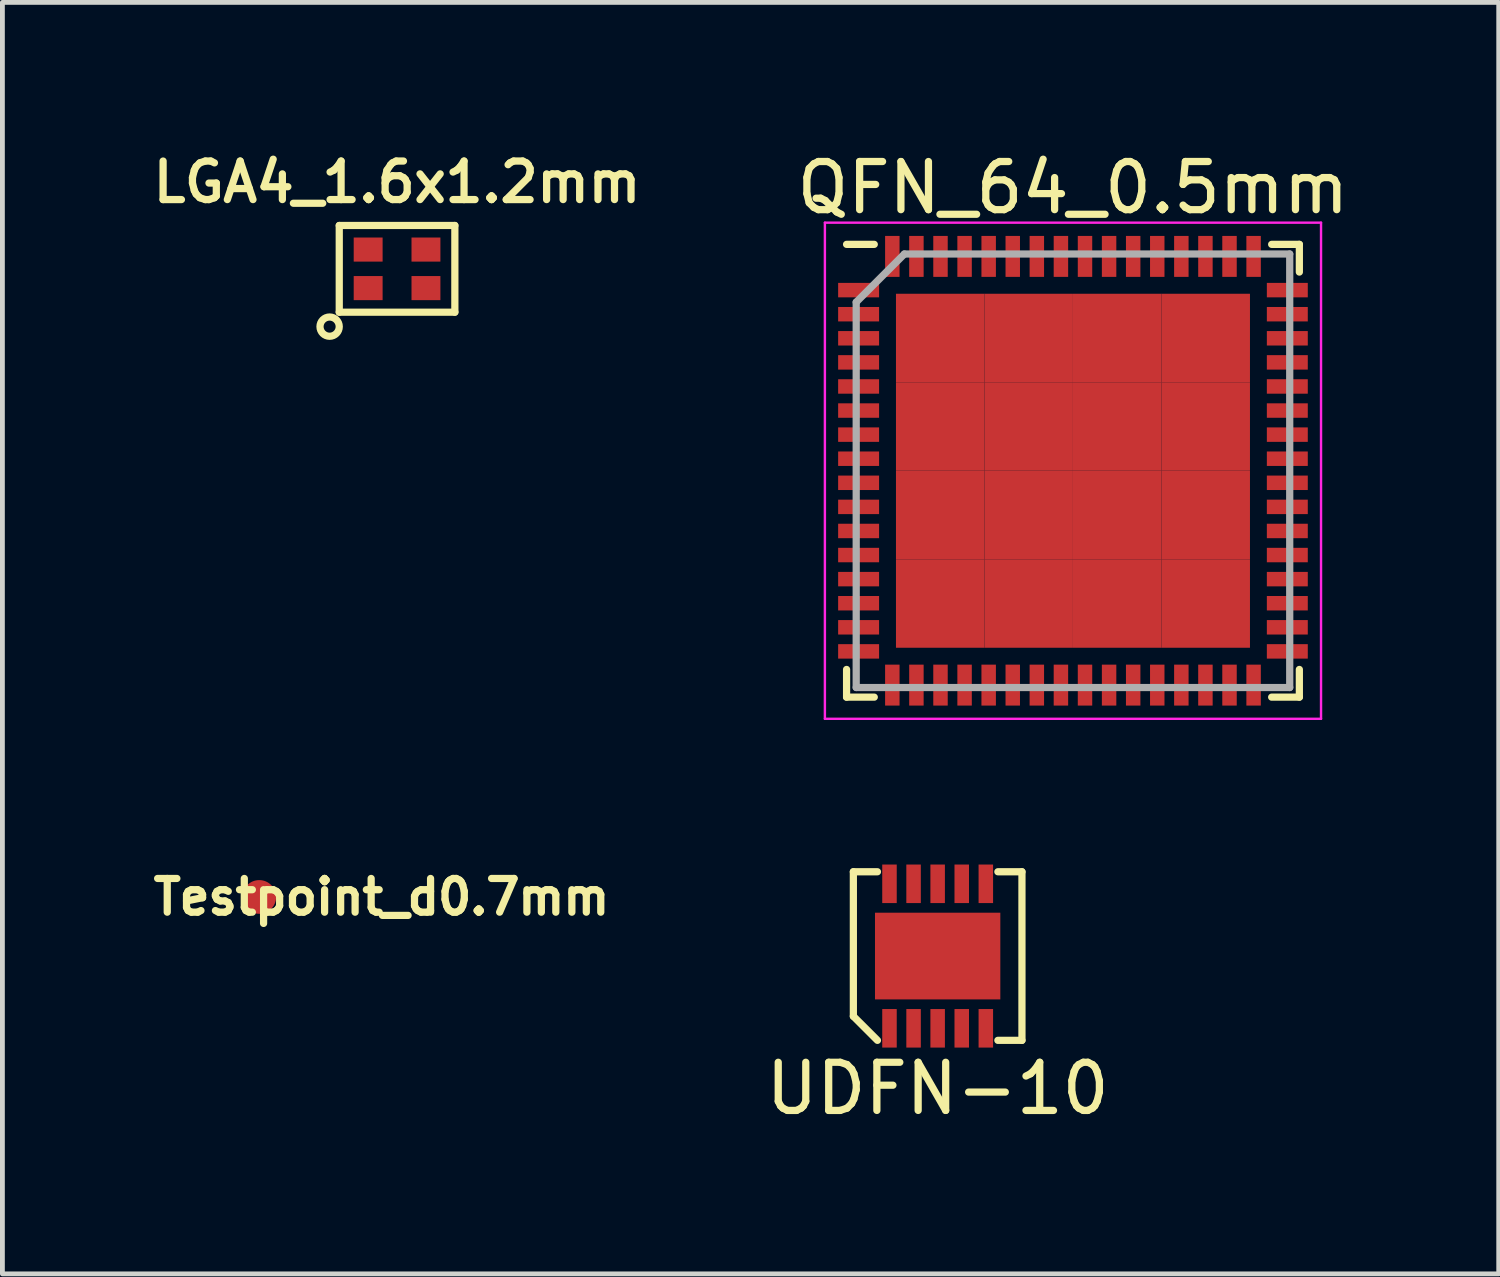
<source format=kicad_pcb>
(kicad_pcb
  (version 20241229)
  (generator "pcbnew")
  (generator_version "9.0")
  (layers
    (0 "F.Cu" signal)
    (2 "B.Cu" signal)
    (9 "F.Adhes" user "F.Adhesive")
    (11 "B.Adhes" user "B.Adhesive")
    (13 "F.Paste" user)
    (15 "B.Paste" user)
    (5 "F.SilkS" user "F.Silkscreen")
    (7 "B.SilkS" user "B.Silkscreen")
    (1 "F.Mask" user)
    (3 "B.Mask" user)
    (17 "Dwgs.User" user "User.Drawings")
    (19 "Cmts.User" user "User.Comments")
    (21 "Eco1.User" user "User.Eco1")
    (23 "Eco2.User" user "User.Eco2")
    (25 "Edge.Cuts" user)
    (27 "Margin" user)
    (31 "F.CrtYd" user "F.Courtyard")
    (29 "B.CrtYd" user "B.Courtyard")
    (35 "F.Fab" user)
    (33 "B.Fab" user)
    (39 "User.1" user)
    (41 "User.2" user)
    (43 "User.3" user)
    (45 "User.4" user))
  (footprint "QFN_64_0.5mm"
    (layer "F.Cu")
    (at 19.225 6.723)
    (property "Reference" "QFN_64_0.5mm" (at 0 -5.875 0) (layer "F.SilkS") (effects (font (size 1 1) (thickness 0.15))))
    (attr smd)
    (fp_line (start -4.7 -4.7) (end -4.125 -4.7) (stroke (width 0.15) (type solid)) (layer "F.SilkS"))
    (fp_line (start -4.7 4.7) (end -4.7 4.125) (stroke (width 0.15) (type solid)) (layer "F.SilkS"))
    (fp_line (start -4.7 4.7) (end -4.125 4.7) (stroke (width 0.15) (type solid)) (layer "F.SilkS"))
    (fp_line (start 4.7 -4.7) (end 4.125 -4.7) (stroke (width 0.15) (type solid)) (layer "F.SilkS"))
    (fp_line (start 4.7 -4.7) (end 4.7 -4.125) (stroke (width 0.15) (type solid)) (layer "F.SilkS"))
    (fp_line (start 4.7 4.7) (end 4.125 4.7) (stroke (width 0.15) (type solid)) (layer "F.SilkS"))
    (fp_line (start 4.7 4.7) (end 4.7 4.125) (stroke (width 0.15) (type solid)) (layer "F.SilkS"))
    (fp_line (start -5.15 -5.15) (end -5.15 5.15) (stroke (width 0.05) (type solid)) (layer "F.CrtYd"))
    (fp_line (start -5.15 -5.15) (end 5.15 -5.15) (stroke (width 0.05) (type solid)) (layer "F.CrtYd"))
    (fp_line (start -5.15 5.15) (end 5.15 5.15) (stroke (width 0.05) (type solid)) (layer "F.CrtYd"))
    (fp_line (start 5.15 -5.15) (end 5.15 5.15) (stroke (width 0.05) (type solid)) (layer "F.CrtYd"))
    (fp_line (start -4.5 -3.5) (end -3.5 -4.5) (stroke (width 0.15) (type solid)) (layer "F.Fab"))
    (fp_line (start -4.5 4.5) (end -4.5 -3.5) (stroke (width 0.15) (type solid)) (layer "F.Fab"))
    (fp_line (start -3.5 -4.5) (end 4.5 -4.5) (stroke (width 0.15) (type solid)) (layer "F.Fab"))
    (fp_line (start 4.5 -4.5) (end 4.5 4.5) (stroke (width 0.15) (type solid)) (layer "F.Fab"))
    (fp_line (start 4.5 4.5) (end -4.5 4.5) (stroke (width 0.15) (type solid)) (layer "F.Fab"))
    (pad "1" smd rect (at -4.45 -3.75) (size 0.85 0.3) (layers "F.Cu" "F.Mask" "F.Paste"))
    (pad "2" smd rect (at -4.45 -3.25) (size 0.85 0.3) (layers "F.Cu" "F.Mask" "F.Paste"))
    (pad "3" smd rect (at -4.45 -2.75) (size 0.85 0.3) (layers "F.Cu" "F.Mask" "F.Paste"))
    (pad "4" smd rect (at -4.45 -2.25) (size 0.85 0.3) (layers "F.Cu" "F.Mask" "F.Paste"))
    (pad "5" smd rect (at -4.45 -1.75) (size 0.85 0.3) (layers "F.Cu" "F.Mask" "F.Paste"))
    (pad "6" smd rect (at -4.45 -1.25) (size 0.85 0.3) (layers "F.Cu" "F.Mask" "F.Paste"))
    (pad "7" smd rect (at -4.45 -0.75) (size 0.85 0.3) (layers "F.Cu" "F.Mask" "F.Paste"))
    (pad "8" smd rect (at -4.45 -0.25) (size 0.85 0.3) (layers "F.Cu" "F.Mask" "F.Paste"))
    (pad "9" smd rect (at -4.45 0.25) (size 0.85 0.3) (layers "F.Cu" "F.Mask" "F.Paste"))
    (pad "10" smd rect (at -4.45 0.75) (size 0.85 0.3) (layers "F.Cu" "F.Mask" "F.Paste"))
    (pad "11" smd rect (at -4.45 1.25) (size 0.85 0.3) (layers "F.Cu" "F.Mask" "F.Paste"))
    (pad "12" smd rect (at -4.45 1.75) (size 0.85 0.3) (layers "F.Cu" "F.Mask" "F.Paste"))
    (pad "13" smd rect (at -4.45 2.25) (size 0.85 0.3) (layers "F.Cu" "F.Mask" "F.Paste"))
    (pad "14" smd rect (at -4.45 2.75) (size 0.85 0.3) (layers "F.Cu" "F.Mask" "F.Paste"))
    (pad "15" smd rect (at -4.45 3.25) (size 0.85 0.3) (layers "F.Cu" "F.Mask" "F.Paste"))
    (pad "16" smd rect (at -4.45 3.75) (size 0.85 0.3) (layers "F.Cu" "F.Mask" "F.Paste"))
    (pad "17" smd rect (at -3.75 4.45 90) (size 0.85 0.3) (layers "F.Cu" "F.Mask" "F.Paste"))
    (pad "18" smd rect (at -3.25 4.45 90) (size 0.85 0.3) (layers "F.Cu" "F.Mask" "F.Paste"))
    (pad "19" smd rect (at -2.75 4.45 90) (size 0.85 0.3) (layers "F.Cu" "F.Mask" "F.Paste"))
    (pad "20" smd rect (at -2.25 4.45 90) (size 0.85 0.3) (layers "F.Cu" "F.Mask" "F.Paste"))
    (pad "21" smd rect (at -1.75 4.45 90) (size 0.85 0.3) (layers "F.Cu" "F.Mask" "F.Paste"))
    (pad "22" smd rect (at -1.25 4.45 90) (size 0.85 0.3) (layers "F.Cu" "F.Mask" "F.Paste"))
    (pad "23" smd rect (at -0.75 4.45 90) (size 0.85 0.3) (layers "F.Cu" "F.Mask" "F.Paste"))
    (pad "24" smd rect (at -0.25 4.45 90) (size 0.85 0.3) (layers "F.Cu" "F.Mask" "F.Paste"))
    (pad "25" smd rect (at 0.25 4.45 90) (size 0.85 0.3) (layers "F.Cu" "F.Mask" "F.Paste"))
    (pad "26" smd rect (at 0.75 4.45 90) (size 0.85 0.3) (layers "F.Cu" "F.Mask" "F.Paste"))
    (pad "27" smd rect (at 1.25 4.45 90) (size 0.85 0.3) (layers "F.Cu" "F.Mask" "F.Paste"))
    (pad "28" smd rect (at 1.75 4.45 90) (size 0.85 0.3) (layers "F.Cu" "F.Mask" "F.Paste"))
    (pad "29" smd rect (at 2.25 4.45 90) (size 0.85 0.3) (layers "F.Cu" "F.Mask" "F.Paste"))
    (pad "30" smd rect (at 2.75 4.45 90) (size 0.85 0.3) (layers "F.Cu" "F.Mask" "F.Paste"))
    (pad "31" smd rect (at 3.25 4.45 90) (size 0.85 0.3) (layers "F.Cu" "F.Mask" "F.Paste"))
    (pad "32" smd rect (at 3.75 4.45 90) (size 0.85 0.3) (layers "F.Cu" "F.Mask" "F.Paste"))
    (pad "33" smd rect (at 4.45 3.75) (size 0.85 0.3) (layers "F.Cu" "F.Mask" "F.Paste"))
    (pad "34" smd rect (at 4.45 3.25) (size 0.85 0.3) (layers "F.Cu" "F.Mask" "F.Paste"))
    (pad "35" smd rect (at 4.45 2.75) (size 0.85 0.3) (layers "F.Cu" "F.Mask" "F.Paste"))
    (pad "36" smd rect (at 4.45 2.25) (size 0.85 0.3) (layers "F.Cu" "F.Mask" "F.Paste"))
    (pad "37" smd rect (at 4.45 1.75) (size 0.85 0.3) (layers "F.Cu" "F.Mask" "F.Paste"))
    (pad "38" smd rect (at 4.45 1.25) (size 0.85 0.3) (layers "F.Cu" "F.Mask" "F.Paste"))
    (pad "39" smd rect (at 4.45 0.75) (size 0.85 0.3) (layers "F.Cu" "F.Mask" "F.Paste"))
    (pad "40" smd rect (at 4.45 0.25) (size 0.85 0.3) (layers "F.Cu" "F.Mask" "F.Paste"))
    (pad "41" smd rect (at 4.45 -0.25) (size 0.85 0.3) (layers "F.Cu" "F.Mask" "F.Paste"))
    (pad "42" smd rect (at 4.45 -0.75) (size 0.85 0.3) (layers "F.Cu" "F.Mask" "F.Paste"))
    (pad "43" smd rect (at 4.45 -1.25) (size 0.85 0.3) (layers "F.Cu" "F.Mask" "F.Paste"))
    (pad "44" smd rect (at 4.45 -1.75) (size 0.85 0.3) (layers "F.Cu" "F.Mask" "F.Paste"))
    (pad "45" smd rect (at 4.45 -2.25) (size 0.85 0.3) (layers "F.Cu" "F.Mask" "F.Paste"))
    (pad "46" smd rect (at 4.45 -2.75) (size 0.85 0.3) (layers "F.Cu" "F.Mask" "F.Paste"))
    (pad "47" smd rect (at 4.45 -3.25) (size 0.85 0.3) (layers "F.Cu" "F.Mask" "F.Paste"))
    (pad "48" smd rect (at 4.45 -3.75) (size 0.85 0.3) (layers "F.Cu" "F.Mask" "F.Paste"))
    (pad "49" smd rect (at 3.75 -4.45 90) (size 0.85 0.3) (layers "F.Cu" "F.Mask" "F.Paste"))
    (pad "50" smd rect (at 3.25 -4.45 90) (size 0.85 0.3) (layers "F.Cu" "F.Mask" "F.Paste"))
    (pad "51" smd rect (at 2.75 -4.45 90) (size 0.85 0.3) (layers "F.Cu" "F.Mask" "F.Paste"))
    (pad "52" smd rect (at 2.25 -4.45 90) (size 0.85 0.3) (layers "F.Cu" "F.Mask" "F.Paste"))
    (pad "53" smd rect (at 1.75 -4.45 90) (size 0.85 0.3) (layers "F.Cu" "F.Mask" "F.Paste"))
    (pad "54" smd rect (at 1.25 -4.45 90) (size 0.85 0.3) (layers "F.Cu" "F.Mask" "F.Paste"))
    (pad "55" smd rect (at 0.75 -4.45 90) (size 0.85 0.3) (layers "F.Cu" "F.Mask" "F.Paste"))
    (pad "56" smd rect (at 0.25 -4.45 90) (size 0.85 0.3) (layers "F.Cu" "F.Mask" "F.Paste"))
    (pad "57" smd rect (at -0.25 -4.45 90) (size 0.85 0.3) (layers "F.Cu" "F.Mask" "F.Paste"))
    (pad "58" smd rect (at -0.75 -4.45 90) (size 0.85 0.3) (layers "F.Cu" "F.Mask" "F.Paste"))
    (pad "59" smd rect (at -1.25 -4.45 90) (size 0.85 0.3) (layers "F.Cu" "F.Mask" "F.Paste"))
    (pad "60" smd rect (at -1.75 -4.45 90) (size 0.85 0.3) (layers "F.Cu" "F.Mask" "F.Paste"))
    (pad "61" smd rect (at -2.25 -4.45 90) (size 0.85 0.3) (layers "F.Cu" "F.Mask" "F.Paste"))
    (pad "62" smd rect (at -2.75 -4.45 90) (size 0.85 0.3) (layers "F.Cu" "F.Mask" "F.Paste"))
    (pad "63" smd rect (at -3.25 -4.45 90) (size 0.85 0.3) (layers "F.Cu" "F.Mask" "F.Paste"))
    (pad "64" smd rect (at -3.75 -4.45 90) (size 0.85 0.3) (layers "F.Cu" "F.Mask" "F.Paste"))
    (pad "65" smd rect (at -2.756 -2.756) (size 1.837 1.837) (layers "F.Cu" "F.Mask" "F.Paste"))
    (pad "65" smd rect (at -2.756 -0.919) (size 1.837 1.837) (layers "F.Cu" "F.Mask" "F.Paste"))
    (pad "65" smd rect (at -2.756 0.919) (size 1.837 1.837) (layers "F.Cu" "F.Mask" "F.Paste"))
    (pad "65" smd rect (at -2.756 2.756) (size 1.837 1.837) (layers "F.Cu" "F.Mask" "F.Paste"))
    (pad "65" smd rect (at -0.919 -2.756) (size 1.837 1.837) (layers "F.Cu" "F.Mask" "F.Paste"))
    (pad "65" smd rect (at -0.919 -0.919) (size 1.837 1.837) (layers "F.Cu" "F.Mask" "F.Paste"))
    (pad "65" smd rect (at -0.919 0.919) (size 1.837 1.837) (layers "F.Cu" "F.Mask" "F.Paste"))
    (pad "65" smd rect (at -0.919 2.756) (size 1.837 1.837) (layers "F.Cu" "F.Mask" "F.Paste"))
    (pad "65" smd rect (at 0.919 -2.756) (size 1.837 1.837) (layers "F.Cu" "F.Mask" "F.Paste"))
    (pad "65" smd rect (at 0.919 -0.919) (size 1.837 1.837) (layers "F.Cu" "F.Mask" "F.Paste"))
    (pad "65" smd rect (at 0.919 0.919) (size 1.837 1.837) (layers "F.Cu" "F.Mask" "F.Paste"))
    (pad "65" smd rect (at 0.919 2.756) (size 1.837 1.837) (layers "F.Cu" "F.Mask" "F.Paste"))
    (pad "65" smd rect (at 2.756 -2.756) (size 1.837 1.837) (layers "F.Cu" "F.Mask" "F.Paste"))
    (pad "65" smd rect (at 2.756 -0.919) (size 1.837 1.837) (layers "F.Cu" "F.Mask" "F.Paste"))
    (pad "65" smd rect (at 2.756 0.919) (size 1.837 1.837) (layers "F.Cu" "F.Mask" "F.Paste"))
    (pad "65" smd rect (at 2.756 2.756) (size 1.837 1.837) (layers "F.Cu" "F.Mask" "F.Paste")))
  (footprint "UDFN-10"
    (layer "F.Cu")
    (at 16.416 16.798)
    (property "Reference" "UDFN-10" (at 0 2.75 0) (layer "F.SilkS") (effects (font (size 1 1) (thickness 0.15))))
    (attr through_hole)
    (fp_line (start -1.75 -1.75) (end -1.75 1.25) (stroke (width 0.15) (type solid)) (layer "F.SilkS"))
    (fp_line (start -1.75 -1.75) (end -1.25 -1.75) (stroke (width 0.15) (type solid)) (layer "F.SilkS"))
    (fp_line (start -1.75 1.25) (end -1.25 1.75) (stroke (width 0.15) (type solid)) (layer "F.SilkS"))
    (fp_line (start 1.75 -1.75) (end 1.25 -1.75) (stroke (width 0.15) (type solid)) (layer "F.SilkS"))
    (fp_line (start 1.75 -1.75) (end 1.75 1.75) (stroke (width 0.15) (type solid)) (layer "F.SilkS"))
    (fp_line (start 1.75 1.75) (end 1.25 1.75) (stroke (width 0.15) (type solid)) (layer "F.SilkS"))
    (pad "1" smd rect (at -1 1.5) (size 0.301 0.8) (layers "F.Cu" "F.Mask" "F.Paste"))
    (pad "2" smd rect (at -0.5 1.5) (size 0.301 0.8) (layers "F.Cu" "F.Mask" "F.Paste"))
    (pad "3" smd rect (at 0 1.5) (size 0.301 0.8) (layers "F.Cu" "F.Mask" "F.Paste"))
    (pad "4" smd rect (at 0.5 1.5) (size 0.301 0.8) (layers "F.Cu" "F.Mask" "F.Paste"))
    (pad "5" smd rect (at 0 0) (size 2.602 1.8) (layers "F.Cu" "F.Mask" "F.Paste"))
    (pad "5" smd rect (at 1 1.5) (size 0.301 0.8) (layers "F.Cu" "F.Mask" "F.Paste"))
    (pad "6" smd rect (at 1 -1.5) (size 0.301 0.8) (layers "F.Cu" "F.Mask" "F.Paste"))
    (pad "7" smd rect (at 0.5 -1.5) (size 0.301 0.8) (layers "F.Cu" "F.Mask" "F.Paste"))
    (pad "8" smd rect (at 0 -1.5) (size 0.301 0.8) (layers "F.Cu" "F.Mask" "F.Paste"))
    (pad "9" smd rect (at -0.5 -1.5) (size 0.301 0.8) (layers "F.Cu" "F.Mask" "F.Paste"))
    (pad "10" smd rect (at -1 -1.5) (size 0.301 0.8) (layers "F.Cu" "F.Mask" "F.Paste")))
  (footprint "LGA4_1.6x1.2mm"
    (layer "F.Cu")
    (at 5.193 2.531)
    (property "Reference" "LGA4_1.6x1.2mm" (at 0 -1.8 0) (layer "F.SilkS") (effects (font (size 0.8 0.8) (thickness 0.15))))
    (attr through_hole)
    (fp_line (start -1.2 -0.9) (end 1.2 -0.9) (stroke (width 0.15) (type solid)) (layer "F.SilkS"))
    (fp_line (start -1.2 0.9) (end -1.2 -0.9) (stroke (width 0.15) (type solid)) (layer "F.SilkS"))
    (fp_line (start 1.2 -0.9) (end 1.2 0.9) (stroke (width 0.15) (type solid)) (layer "F.SilkS"))
    (fp_line (start 1.2 0.9) (end -1.2 0.9) (stroke (width 0.15) (type solid)) (layer "F.SilkS"))
    (fp_circle (center -1.4 1.2) (end -1.4 1) (stroke (width 0.15) (type solid)) (fill no) (layer "F.SilkS"))
    (pad "1" smd rect (at -0.6 0.4) (size 0.6 0.5) (layers "F.Cu" "F.Mask" "F.Paste"))
    (pad "2" smd rect (at 0.6 0.4) (size 0.6 0.5) (layers "F.Cu" "F.Mask" "F.Paste"))
    (pad "3" smd rect (at 0.6 -0.4) (size 0.6 0.5) (layers "F.Cu" "F.Mask" "F.Paste"))
    (pad "4" smd rect (at -0.6 -0.4) (size 0.6 0.5) (layers "F.Cu" "F.Mask" "F.Paste")))
  (footprint "Testpoint_d0.7mm"
    (layer "F.Cu")
    (at 2.332 15.571)
    (property "Reference" "Testpoint_d0.7mm" (at 2.54 0 0) (layer "F.SilkS") (effects (font (size 0.7 0.7) (thickness 0.15))))
    (attr through_hole)
    (pad "1" smd circle (at 0 0) (size 0.7 0.7) (layers "F.Cu" "F.Mask")))
  (gr_rect
    (start -3 -3)
    (end 28.064 23.396)
    (stroke (width 0.1) (type default))
    (fill no)
    (layer "Edge.Cuts")))
</source>
